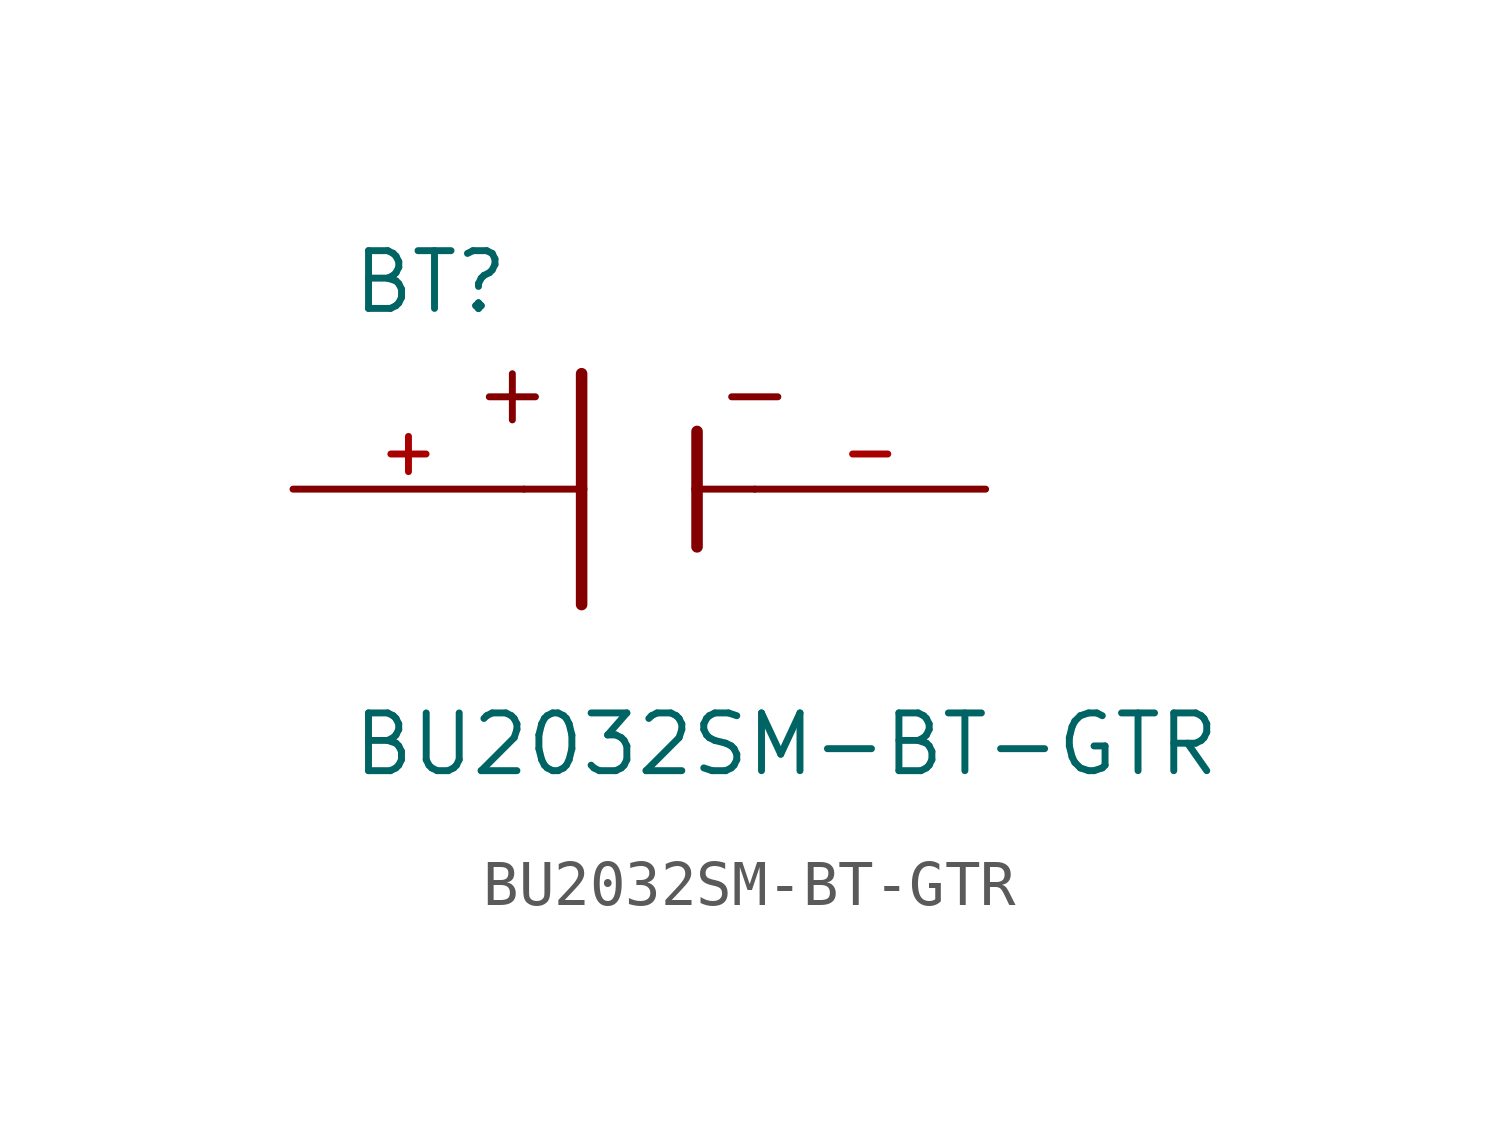
<source format=kicad_sym>
(kicad_symbol_lib
  (version 20211014)
  (generator kicad_symbol_editor)
  (symbol "BU2032SM-BT-GTR"
    (pin_names
      (offset 1.016))
    (property "Reference" "BT"
      (at -6.361 3.814 0)
      (effects (font (size 1.27 1.27)) (justify bottom left)))
    (property "Value" "BU2032SM-BT-GTR"
      (at -6.362 -6.358 0)
      (effects (font (size 1.27 1.27)) (justify bottom left)))
    (symbol "BU2032SM-BT-GTR_0_0"
      (polyline (pts (xy -1.27 2.54) (xy -1.27 0.0)) (stroke (width 0.254)))
      (polyline (pts (xy -1.27 0.0) (xy -1.27 -2.54)) (stroke (width 0.254)))
      (polyline (pts (xy 1.27 1.27) (xy 1.27 0.0)) (stroke (width 0.254)))
      (polyline (pts (xy 1.27 0.0) (xy 1.27 -1.27)) (stroke (width 0.254)))
      (polyline (pts (xy -2.54 0.0) (xy -1.27 0.0)) (stroke (width 0.152)))
      (polyline (pts (xy 1.27 0.0) (xy 2.54 0.0)) (stroke (width 0.152)))
      (polyline (pts (xy -2.794 2.54) (xy -2.794 1.524)) (stroke (width 0.152)))
      (polyline (pts (xy -3.302 2.032) (xy -2.286 2.032)) (stroke (width 0.152)))
      (polyline (pts (xy 2.032 2.032) (xy 3.048 2.032)) (stroke (width 0.152)))
      (pin passive line (at -7.62 0.0 0) (length 5.08) (name "~" (effects (font (size 1.016 1.016)))) (number "+" (effects (font (size 1.016 1.016)))))
      (pin passive line (at 7.62 0.0 180.0) (length 5.08) (name "~" (effects (font (size 1.016 1.016)))) (number "-" (effects (font (size 1.016 1.016))))))))
</source>
